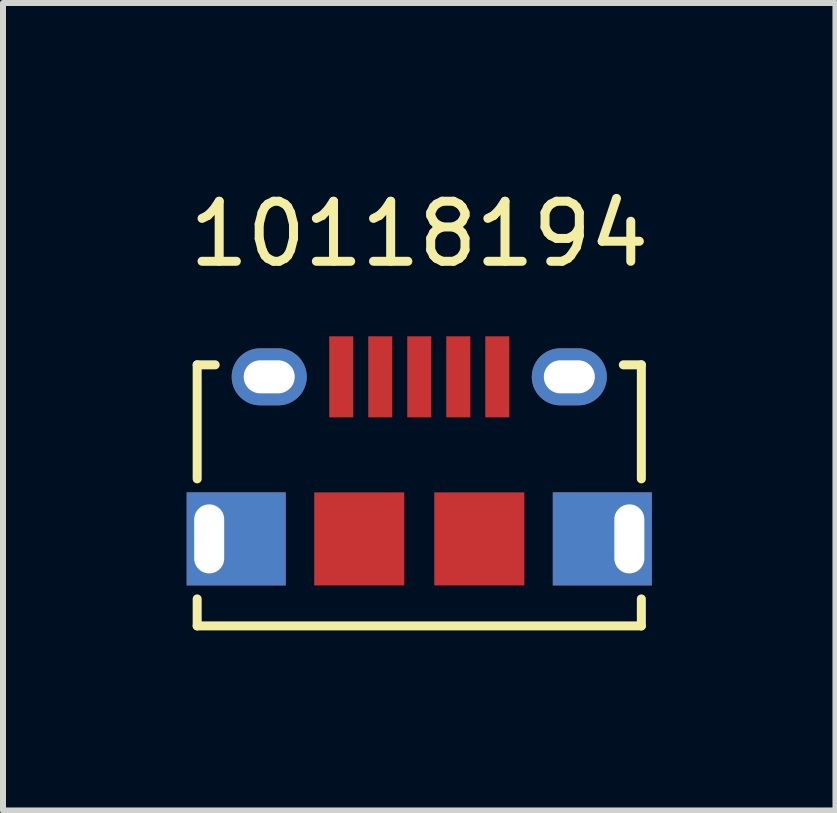
<source format=kicad_pcb>
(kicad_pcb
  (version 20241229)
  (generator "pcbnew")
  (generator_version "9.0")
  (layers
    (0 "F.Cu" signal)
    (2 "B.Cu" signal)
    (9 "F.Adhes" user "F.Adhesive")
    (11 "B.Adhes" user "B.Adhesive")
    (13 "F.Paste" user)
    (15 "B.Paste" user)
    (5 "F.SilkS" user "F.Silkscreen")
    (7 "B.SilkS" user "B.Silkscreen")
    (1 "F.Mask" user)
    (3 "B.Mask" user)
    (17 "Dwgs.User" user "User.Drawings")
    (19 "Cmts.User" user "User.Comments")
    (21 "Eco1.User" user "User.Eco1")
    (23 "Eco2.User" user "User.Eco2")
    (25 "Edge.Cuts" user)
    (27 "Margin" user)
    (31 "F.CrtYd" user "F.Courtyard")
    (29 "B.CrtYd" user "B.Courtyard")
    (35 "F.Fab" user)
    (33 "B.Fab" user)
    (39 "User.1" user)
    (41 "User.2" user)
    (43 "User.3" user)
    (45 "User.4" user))
  (footprint "10118194"
    (layer "F.Cu")
    (at 3.935 5.928)
    (property "Reference" "10118194" (at 0 -5.08 0) (layer "F.SilkS") (effects (font (size 1 1) (thickness 0.15))))
    (attr through_hole)
    (fp_line (start -3.7 -2.9) (end -3.4 -2.9) (stroke (width 0.15) (type solid)) (layer "F.SilkS"))
    (fp_line (start -3.7 -1) (end -3.7 -2.9) (stroke (width 0.15) (type solid)) (layer "F.SilkS"))
    (fp_line (start -3.7 1.45) (end -3.7 1) (stroke (width 0.15) (type solid)) (layer "F.SilkS"))
    (fp_line (start 3.7 -2.9) (end 3.4 -2.9) (stroke (width 0.15) (type solid)) (layer "F.SilkS"))
    (fp_line (start 3.7 -1) (end 3.7 -2.9) (stroke (width 0.15) (type solid)) (layer "F.SilkS"))
    (fp_line (start 3.7 1.45) (end -3.7 1.45) (stroke (width 0.15) (type solid)) (layer "F.SilkS"))
    (fp_line (start 3.7 1.45) (end 3.7 1) (stroke (width 0.15) (type solid)) (layer "F.SilkS"))
    (pad "1" smd rect (at -1.3 -2.7) (size 0.4 1.35) (layers "F.Cu" "F.Mask" "F.Paste"))
    (pad "2" smd rect (at -0.65 -2.7) (size 0.4 1.35) (layers "F.Cu" "F.Mask" "F.Paste"))
    (pad "3" smd rect (at 0 -2.7) (size 0.4 1.35) (layers "F.Cu" "F.Mask" "F.Paste"))
    (pad "4" smd rect (at 0.65 -2.7) (size 0.4 1.35) (layers "F.Cu" "F.Mask" "F.Paste"))
    (pad "5" thru_hole rect (at -3.5 0) (size 1.65 1.55) (drill oval 0.5 1.15 (offset 0.45 0)) (layers "*.Cu" "*.Mask"))
    (pad "5" thru_hole oval (at -2.5 -2.7) (size 1.25 0.95) (drill oval 0.85 0.55) (layers "*.Cu" "*.Mask"))
    (pad "5" smd rect (at -1 0) (size 1.5 1.55) (layers "F.Cu" "F.Mask" "F.Paste"))
    (pad "5" smd rect (at 1 0) (size 1.5 1.55) (layers "F.Cu" "F.Mask" "F.Paste"))
    (pad "5" smd rect (at 1.3 -2.7) (size 0.4 1.35) (layers "F.Cu" "F.Mask" "F.Paste"))
    (pad "5" thru_hole oval (at 2.5 -2.7) (size 1.25 0.95) (drill oval 0.85 0.55) (layers "*.Cu" "*.Mask"))
    (pad "5" thru_hole rect (at 3.5 0) (size 1.65 1.55) (drill oval 0.5 1.15 (offset -0.45 0)) (layers "*.Cu" "*.Mask")))
  (gr_rect
    (start -3 -3)
    (end 10.869 10.453)
    (stroke (width 0.1) (type default))
    (fill no)
    (layer "Edge.Cuts")))
</source>
